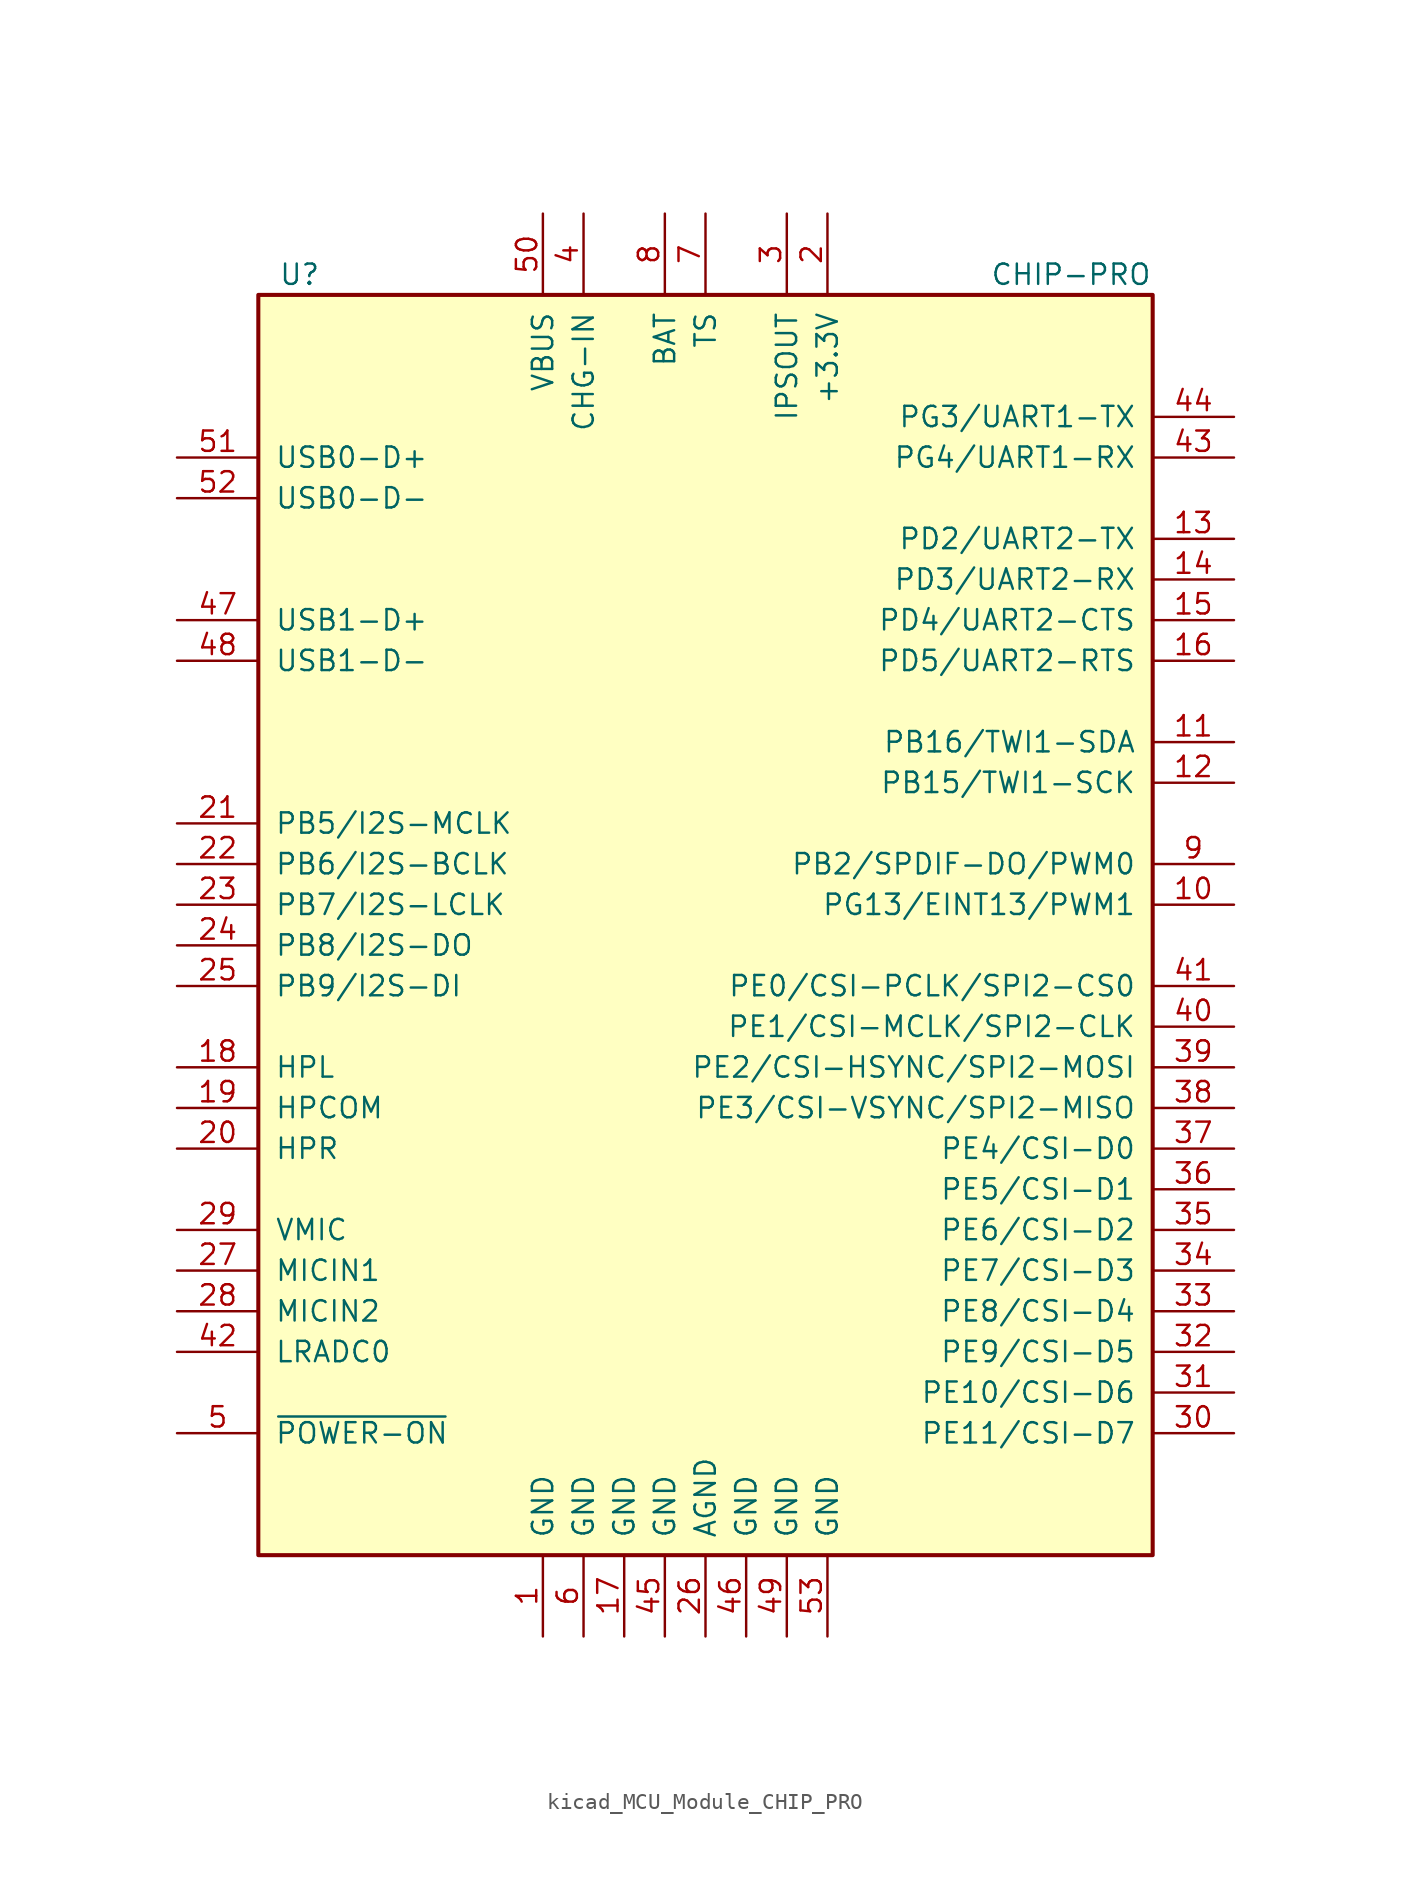
<source format=kicad_sym>
(kicad_symbol_lib
  (version 20220914)
  (generator kicad_symbol_editor)
  (symbol "kicad_MCU_Module_CHIP_PRO"
    (pin_names
      (offset 1.016))
    (property "Reference" "U"
      (at -26.67 39.37 0)
      (effects (font (size 1.27 1.27)) (justify left)))
    (property "Value" "CHIP-PRO"
      (at 17.78 39.37 0)
      (effects (font (size 1.27 1.27)) (justify left)))
    (symbol "kicad_MCU_Module_CHIP_PRO_0_1"
      (rectangle (start -27.94 38.1) (end 27.94 -40.64) (stroke (width 0.254) (type default)) (fill (type background))))
    (symbol "kicad_MCU_Module_CHIP_PRO_1_1"
      (pin power_in line (at -10.16 -45.72 90) (length 5.08) (name "GND" (effects (font (size 1.27 1.27)))) (number "1" (effects (font (size 1.27 1.27)))))
      (pin bidirectional line (at 33.02 0 180) (length 5.08) (name "PG13/EINT13/PWM1" (effects (font (size 1.27 1.27)))) (number "10" (effects (font (size 1.27 1.27)))))
      (pin bidirectional line (at 33.02 10.16 180) (length 5.08) (name "PB16/TWI1-SDA" (effects (font (size 1.27 1.27)))) (number "11" (effects (font (size 1.27 1.27)))))
      (pin bidirectional line (at 33.02 7.62 180) (length 5.08) (name "PB15/TWI1-SCK" (effects (font (size 1.27 1.27)))) (number "12" (effects (font (size 1.27 1.27)))))
      (pin bidirectional line (at 33.02 22.86 180) (length 5.08) (name "PD2/UART2-TX" (effects (font (size 1.27 1.27)))) (number "13" (effects (font (size 1.27 1.27)))))
      (pin bidirectional line (at 33.02 20.32 180) (length 5.08) (name "PD3/UART2-RX" (effects (font (size 1.27 1.27)))) (number "14" (effects (font (size 1.27 1.27)))))
      (pin bidirectional line (at 33.02 17.78 180) (length 5.08) (name "PD4/UART2-CTS" (effects (font (size 1.27 1.27)))) (number "15" (effects (font (size 1.27 1.27)))))
      (pin bidirectional line (at 33.02 15.24 180) (length 5.08) (name "PD5/UART2-RTS" (effects (font (size 1.27 1.27)))) (number "16" (effects (font (size 1.27 1.27)))))
      (pin power_in line (at -5.08 -45.72 90) (length 5.08) (name "GND" (effects (font (size 1.27 1.27)))) (number "17" (effects (font (size 1.27 1.27)))))
      (pin output line (at -33.02 -10.16 0) (length 5.08) (name "HPL" (effects (font (size 1.27 1.27)))) (number "18" (effects (font (size 1.27 1.27)))))
      (pin output line (at -33.02 -12.7 0) (length 5.08) (name "HPCOM" (effects (font (size 1.27 1.27)))) (number "19" (effects (font (size 1.27 1.27)))))
      (pin power_out line (at 7.62 43.18 270) (length 5.08) (name "+3.3V" (effects (font (size 1.27 1.27)))) (number "2" (effects (font (size 1.27 1.27)))))
      (pin output line (at -33.02 -15.24 0) (length 5.08) (name "HPR" (effects (font (size 1.27 1.27)))) (number "20" (effects (font (size 1.27 1.27)))))
      (pin bidirectional line (at -33.02 5.08 0) (length 5.08) (name "PB5/I2S-MCLK" (effects (font (size 1.27 1.27)))) (number "21" (effects (font (size 1.27 1.27)))))
      (pin bidirectional line (at -33.02 2.54 0) (length 5.08) (name "PB6/I2S-BCLK" (effects (font (size 1.27 1.27)))) (number "22" (effects (font (size 1.27 1.27)))))
      (pin bidirectional line (at -33.02 0 0) (length 5.08) (name "PB7/I2S-LCLK" (effects (font (size 1.27 1.27)))) (number "23" (effects (font (size 1.27 1.27)))))
      (pin bidirectional line (at -33.02 -2.54 0) (length 5.08) (name "PB8/I2S-DO" (effects (font (size 1.27 1.27)))) (number "24" (effects (font (size 1.27 1.27)))))
      (pin bidirectional line (at -33.02 -5.08 0) (length 5.08) (name "PB9/I2S-DI" (effects (font (size 1.27 1.27)))) (number "25" (effects (font (size 1.27 1.27)))))
      (pin power_in line (at 0 -45.72 90) (length 5.08) (name "AGND" (effects (font (size 1.27 1.27)))) (number "26" (effects (font (size 1.27 1.27)))))
      (pin input line (at -33.02 -22.86 0) (length 5.08) (name "MICIN1" (effects (font (size 1.27 1.27)))) (number "27" (effects (font (size 1.27 1.27)))))
      (pin input line (at -33.02 -25.4 0) (length 5.08) (name "MICIN2" (effects (font (size 1.27 1.27)))) (number "28" (effects (font (size 1.27 1.27)))))
      (pin unspecified line (at -33.02 -20.32 0) (length 5.08) (name "VMIC" (effects (font (size 1.27 1.27)))) (number "29" (effects (font (size 1.27 1.27)))))
      (pin power_out line (at 5.08 43.18 270) (length 5.08) (name "IPSOUT" (effects (font (size 1.27 1.27)))) (number "3" (effects (font (size 1.27 1.27)))))
      (pin bidirectional line (at 33.02 -33.02 180) (length 5.08) (name "PE11/CSI-D7" (effects (font (size 1.27 1.27)))) (number "30" (effects (font (size 1.27 1.27)))))
      (pin bidirectional line (at 33.02 -30.48 180) (length 5.08) (name "PE10/CSI-D6" (effects (font (size 1.27 1.27)))) (number "31" (effects (font (size 1.27 1.27)))))
      (pin bidirectional line (at 33.02 -27.94 180) (length 5.08) (name "PE9/CSI-D5" (effects (font (size 1.27 1.27)))) (number "32" (effects (font (size 1.27 1.27)))))
      (pin bidirectional line (at 33.02 -25.4 180) (length 5.08) (name "PE8/CSI-D4" (effects (font (size 1.27 1.27)))) (number "33" (effects (font (size 1.27 1.27)))))
      (pin bidirectional line (at 33.02 -22.86 180) (length 5.08) (name "PE7/CSI-D3" (effects (font (size 1.27 1.27)))) (number "34" (effects (font (size 1.27 1.27)))))
      (pin bidirectional line (at 33.02 -20.32 180) (length 5.08) (name "PE6/CSI-D2" (effects (font (size 1.27 1.27)))) (number "35" (effects (font (size 1.27 1.27)))))
      (pin bidirectional line (at 33.02 -17.78 180) (length 5.08) (name "PE5/CSI-D1" (effects (font (size 1.27 1.27)))) (number "36" (effects (font (size 1.27 1.27)))))
      (pin bidirectional line (at 33.02 -15.24 180) (length 5.08) (name "PE4/CSI-D0" (effects (font (size 1.27 1.27)))) (number "37" (effects (font (size 1.27 1.27)))))
      (pin bidirectional line (at 33.02 -12.7 180) (length 5.08) (name "PE3/CSI-VSYNC/SPI2-MISO" (effects (font (size 1.27 1.27)))) (number "38" (effects (font (size 1.27 1.27)))))
      (pin bidirectional line (at 33.02 -10.16 180) (length 5.08) (name "PE2/CSI-HSYNC/SPI2-MOSI" (effects (font (size 1.27 1.27)))) (number "39" (effects (font (size 1.27 1.27)))))
      (pin power_in line (at -7.62 43.18 270) (length 5.08) (name "CHG-IN" (effects (font (size 1.27 1.27)))) (number "4" (effects (font (size 1.27 1.27)))))
      (pin bidirectional line (at 33.02 -7.62 180) (length 5.08) (name "PE1/CSI-MCLK/SPI2-CLK" (effects (font (size 1.27 1.27)))) (number "40" (effects (font (size 1.27 1.27)))))
      (pin bidirectional line (at 33.02 -5.08 180) (length 5.08) (name "PE0/CSI-PCLK/SPI2-CS0" (effects (font (size 1.27 1.27)))) (number "41" (effects (font (size 1.27 1.27)))))
      (pin power_out line (at -33.02 -27.94 0) (length 5.08) (name "LRADC0" (effects (font (size 1.27 1.27)))) (number "42" (effects (font (size 1.27 1.27)))))
      (pin input line (at 33.02 27.94 180) (length 5.08) (name "PG4/UART1-RX" (effects (font (size 1.27 1.27)))) (number "43" (effects (font (size 1.27 1.27)))))
      (pin bidirectional line (at 33.02 30.48 180) (length 5.08) (name "PG3/UART1-TX" (effects (font (size 1.27 1.27)))) (number "44" (effects (font (size 1.27 1.27)))))
      (pin power_in line (at -2.54 -45.72 90) (length 5.08) (name "GND" (effects (font (size 1.27 1.27)))) (number "45" (effects (font (size 1.27 1.27)))))
      (pin power_in line (at 2.54 -45.72 90) (length 5.08) (name "GND" (effects (font (size 1.27 1.27)))) (number "46" (effects (font (size 1.27 1.27)))))
      (pin bidirectional line (at -33.02 17.78 0) (length 5.08) (name "USB1-D+" (effects (font (size 1.27 1.27)))) (number "47" (effects (font (size 1.27 1.27)))))
      (pin bidirectional line (at -33.02 15.24 0) (length 5.08) (name "USB1-D-" (effects (font (size 1.27 1.27)))) (number "48" (effects (font (size 1.27 1.27)))))
      (pin power_in line (at 5.08 -45.72 90) (length 5.08) (name "GND" (effects (font (size 1.27 1.27)))) (number "49" (effects (font (size 1.27 1.27)))))
      (pin input line (at -33.02 -33.02 0) (length 5.08) (name "~{POWER-ON}" (effects (font (size 1.27 1.27)))) (number "5" (effects (font (size 1.27 1.27)))))
      (pin power_in line (at -10.16 43.18 270) (length 5.08) (name "VBUS" (effects (font (size 1.27 1.27)))) (number "50" (effects (font (size 1.27 1.27)))))
      (pin bidirectional line (at -33.02 27.94 0) (length 5.08) (name "USB0-D+" (effects (font (size 1.27 1.27)))) (number "51" (effects (font (size 1.27 1.27)))))
      (pin bidirectional line (at -33.02 25.4 0) (length 5.08) (name "USB0-D-" (effects (font (size 1.27 1.27)))) (number "52" (effects (font (size 1.27 1.27)))))
      (pin power_in line (at 7.62 -45.72 90) (length 5.08) (name "GND" (effects (font (size 1.27 1.27)))) (number "53" (effects (font (size 1.27 1.27)))))
      (pin power_in line (at -7.62 -45.72 90) (length 5.08) (name "GND" (effects (font (size 1.27 1.27)))) (number "6" (effects (font (size 1.27 1.27)))))
      (pin input line (at 0 43.18 270) (length 5.08) (name "TS" (effects (font (size 1.27 1.27)))) (number "7" (effects (font (size 1.27 1.27)))))
      (pin power_in line (at -2.54 43.18 270) (length 5.08) (name "BAT" (effects (font (size 1.27 1.27)))) (number "8" (effects (font (size 1.27 1.27)))))
      (pin bidirectional line (at 33.02 2.54 180) (length 5.08) (name "PB2/SPDIF-DO/PWM0" (effects (font (size 1.27 1.27)))) (number "9" (effects (font (size 1.27 1.27))))))))
</source>
